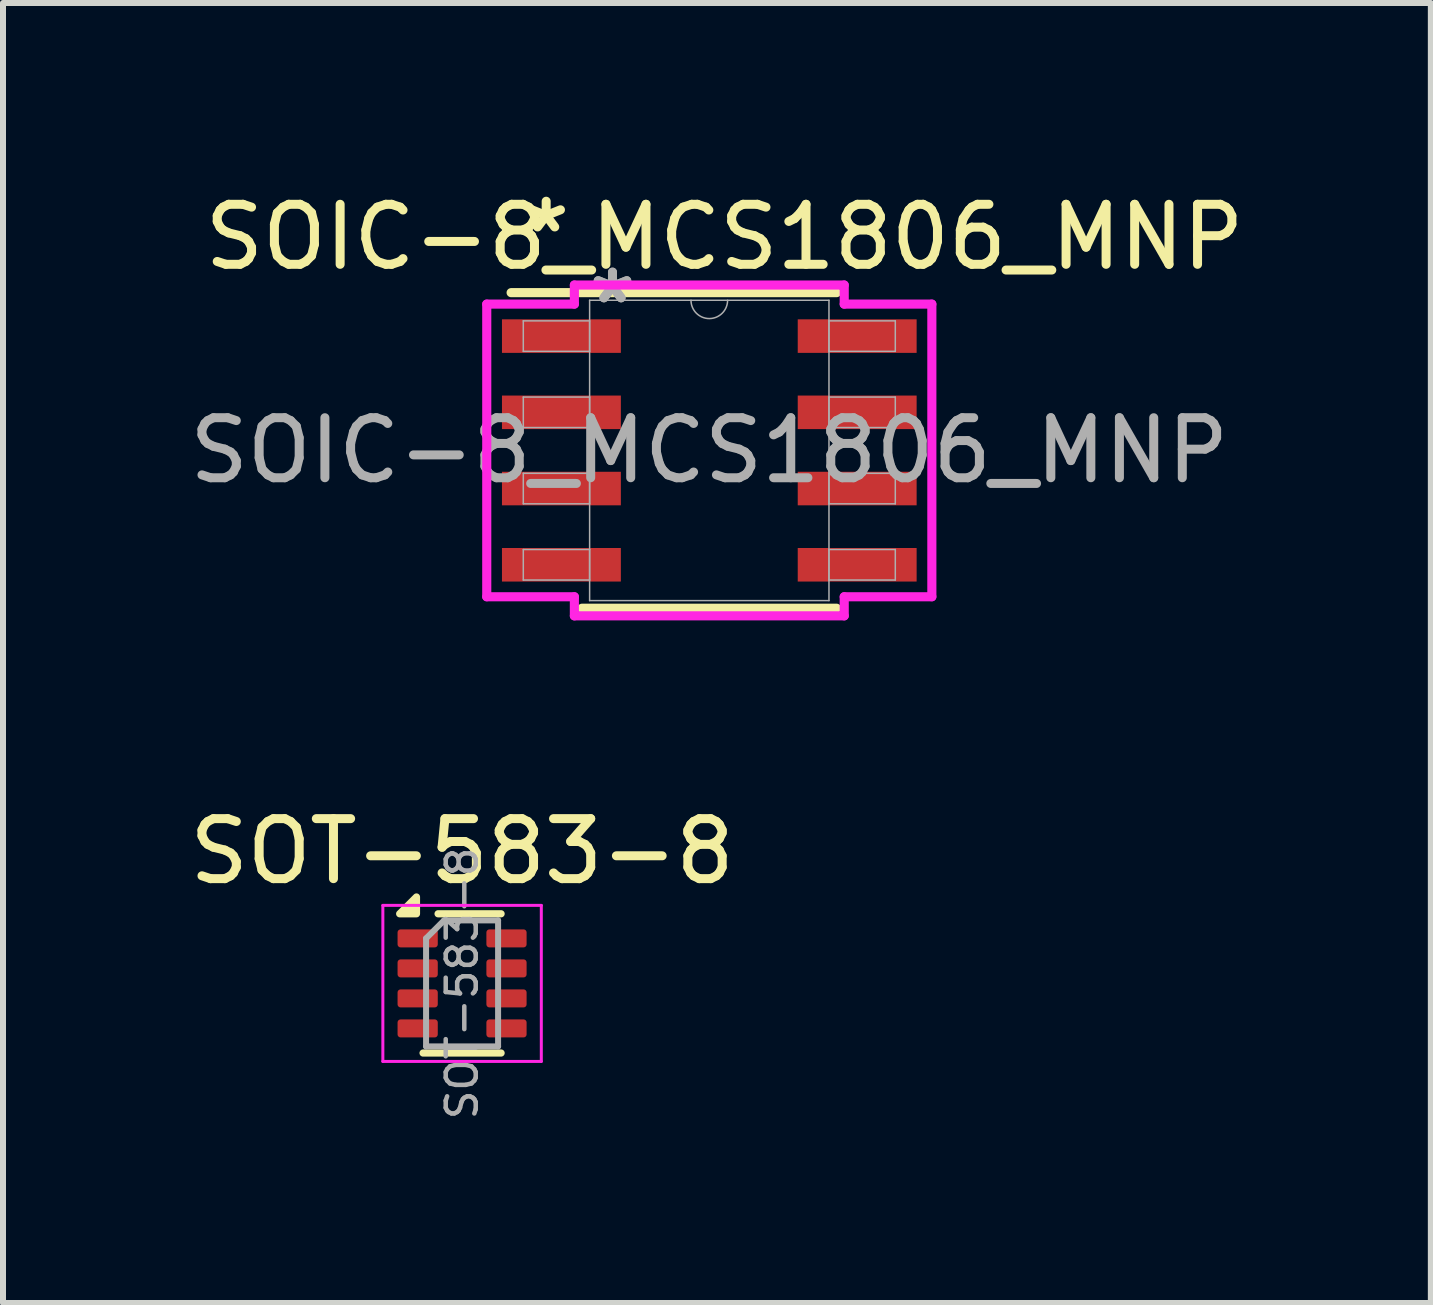
<source format=kicad_pcb>
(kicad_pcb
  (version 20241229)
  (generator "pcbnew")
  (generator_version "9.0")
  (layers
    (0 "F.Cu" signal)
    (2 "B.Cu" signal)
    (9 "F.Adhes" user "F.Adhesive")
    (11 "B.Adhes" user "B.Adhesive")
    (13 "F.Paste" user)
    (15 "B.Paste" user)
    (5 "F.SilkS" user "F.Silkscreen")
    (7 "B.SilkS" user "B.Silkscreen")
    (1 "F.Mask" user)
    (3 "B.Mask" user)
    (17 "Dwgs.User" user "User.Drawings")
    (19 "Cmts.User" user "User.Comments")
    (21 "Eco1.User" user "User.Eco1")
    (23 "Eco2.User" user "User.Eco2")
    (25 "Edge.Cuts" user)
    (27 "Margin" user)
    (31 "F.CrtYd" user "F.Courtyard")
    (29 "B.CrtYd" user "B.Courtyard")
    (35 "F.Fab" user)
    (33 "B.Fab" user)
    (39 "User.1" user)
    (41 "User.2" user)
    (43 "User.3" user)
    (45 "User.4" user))
  (footprint "SOT-583-8"
    (layer "F.Cu")
    (at 4.649 13.335)
    (property "Reference" "SOT-583-8" (at 0 -2.2 0) (unlocked yes) (layer "F.SilkS") (effects (font (size 1 1) (thickness 0.15))))
    (attr smd)
    (fp_line (start 0.65 -1.16) (end -0.4 -1.16) (stroke (width 0.12) (type default)) (layer "F.SilkS"))
    (fp_line (start 0.65 1.16) (end -0.65 1.16) (stroke (width 0.12) (type default)) (layer "F.SilkS"))
    (fp_poly (pts (xy -0.76 -1.16) (xy -1.04 -1.16) (xy -0.76 -1.44) (xy -0.76 -1.16)) (stroke (width 0.12) (type solid)) (fill yes) (layer "F.SilkS"))
    (fp_line (start -1.32 -1.3) (end 1.32 -1.3) (stroke (width 0.05) (type default)) (layer "F.CrtYd"))
    (fp_line (start -1.32 1.3) (end -1.32 -1.3) (stroke (width 0.05) (type default)) (layer "F.CrtYd"))
    (fp_line (start 1.32 -1.3) (end 1.32 1.3) (stroke (width 0.05) (type default)) (layer "F.CrtYd"))
    (fp_line (start 1.32 1.3) (end -1.32 1.3) (stroke (width 0.05) (type default)) (layer "F.CrtYd"))
    (fp_line (start -0.6 -0.75) (end -0.6 1.05) (stroke (width 0.1) (type default)) (layer "F.Fab"))
    (fp_line (start -0.6 1.05) (end 0.6 1.05) (stroke (width 0.1) (type default)) (layer "F.Fab"))
    (fp_line (start -0.3 -1.05) (end -0.6 -0.75) (stroke (width 0.1) (type default)) (layer "F.Fab"))
    (fp_line (start 0.6 -1.05) (end -0.3 -1.05) (stroke (width 0.1) (type default)) (layer "F.Fab"))
    (fp_line (start 0.6 -1.05) (end 0.6 1.05) (stroke (width 0.1) (type default)) (layer "F.Fab"))
    (fp_text user "${REFERENCE}" (at 0 0 90) (unlocked yes) (layer "F.Fab") (effects (font (size 0.5 0.5) (thickness 0.075))))
    (pad "1" smd roundrect (at -0.74 -0.75) (size 0.67 0.3) (layers "F.Cu" "F.Mask" "F.Paste") (roundrect_rratio 0.167))
    (pad "2" smd roundrect (at -0.74 -0.25) (size 0.67 0.3) (layers "F.Cu" "F.Mask" "F.Paste") (roundrect_rratio 0.167))
    (pad "3" smd roundrect (at -0.74 0.25) (size 0.67 0.3) (layers "F.Cu" "F.Mask" "F.Paste") (roundrect_rratio 0.167))
    (pad "4" smd roundrect (at -0.74 0.75) (size 0.67 0.3) (layers "F.Cu" "F.Mask" "F.Paste") (roundrect_rratio 0.167))
    (pad "5" smd roundrect (at 0.74 0.75) (size 0.67 0.3) (layers "F.Cu" "F.Mask" "F.Paste") (roundrect_rratio 0.167))
    (pad "6" smd roundrect (at 0.74 0.25) (size 0.67 0.3) (layers "F.Cu" "F.Mask" "F.Paste") (roundrect_rratio 0.167))
    (pad "7" smd roundrect (at 0.74 -0.25) (size 0.67 0.3) (layers "F.Cu" "F.Mask" "F.Paste") (roundrect_rratio 0.167))
    (pad "8" smd roundrect (at 0.74 -0.75) (size 0.67 0.3) (layers "F.Cu" "F.Mask" "F.Paste") (roundrect_rratio 0.167)))
  (footprint "SOIC-8_MCS1806_MNP"
    (layer "F.Cu")
    (at 8.768 4.455)
    (property "Reference" "SOIC-8_MCS1806_MNP" (at 0.254 -3.556 0) (unlocked yes) (layer "F.SilkS") (effects (font (size 1 1) (thickness 0.15))))
    (attr smd)
    (fp_line (start -2.121 2.629) (end 2.121 2.629) (stroke (width 0.152) (type solid)) (layer "F.SilkS"))
    (fp_line (start 2.121 -2.629) (end -3.302 -2.629) (stroke (width 0.152) (type solid)) (layer "F.SilkS"))
    (fp_line (start -3.708 -2.438) (end -2.248 -2.438) (stroke (width 0.152) (type solid)) (layer "F.CrtYd"))
    (fp_line (start -3.708 2.438) (end -3.708 -2.438) (stroke (width 0.152) (type solid)) (layer "F.CrtYd"))
    (fp_line (start -3.708 2.438) (end -2.248 2.438) (stroke (width 0.152) (type solid)) (layer "F.CrtYd"))
    (fp_line (start -2.248 -2.756) (end 2.248 -2.756) (stroke (width 0.152) (type solid)) (layer "F.CrtYd"))
    (fp_line (start -2.248 -2.438) (end -2.248 -2.756) (stroke (width 0.152) (type solid)) (layer "F.CrtYd"))
    (fp_line (start -2.248 2.756) (end -2.248 2.438) (stroke (width 0.152) (type solid)) (layer "F.CrtYd"))
    (fp_line (start 2.248 -2.756) (end 2.248 -2.438) (stroke (width 0.152) (type solid)) (layer "F.CrtYd"))
    (fp_line (start 2.248 2.438) (end 2.248 2.756) (stroke (width 0.152) (type solid)) (layer "F.CrtYd"))
    (fp_line (start 2.248 2.756) (end -2.248 2.756) (stroke (width 0.152) (type solid)) (layer "F.CrtYd"))
    (fp_line (start 3.708 -2.438) (end 2.248 -2.438) (stroke (width 0.152) (type solid)) (layer "F.CrtYd"))
    (fp_line (start 3.708 -2.438) (end 3.708 2.438) (stroke (width 0.152) (type solid)) (layer "F.CrtYd"))
    (fp_line (start 3.708 2.438) (end 2.248 2.438) (stroke (width 0.152) (type solid)) (layer "F.CrtYd"))
    (fp_line (start -3.099 -2.159) (end -3.099 -1.651) (stroke (width 0.025) (type solid)) (layer "F.Fab"))
    (fp_line (start -3.099 -1.651) (end -1.994 -1.651) (stroke (width 0.025) (type solid)) (layer "F.Fab"))
    (fp_line (start -3.099 -0.889) (end -3.099 -0.381) (stroke (width 0.025) (type solid)) (layer "F.Fab"))
    (fp_line (start -3.099 -0.381) (end -1.994 -0.381) (stroke (width 0.025) (type solid)) (layer "F.Fab"))
    (fp_line (start -3.099 0.381) (end -3.099 0.889) (stroke (width 0.025) (type solid)) (layer "F.Fab"))
    (fp_line (start -3.099 0.889) (end -1.994 0.889) (stroke (width 0.025) (type solid)) (layer "F.Fab"))
    (fp_line (start -3.099 1.651) (end -3.099 2.159) (stroke (width 0.025) (type solid)) (layer "F.Fab"))
    (fp_line (start -3.099 2.159) (end -1.994 2.159) (stroke (width 0.025) (type solid)) (layer "F.Fab"))
    (fp_line (start -1.994 -2.502) (end -1.994 2.502) (stroke (width 0.025) (type solid)) (layer "F.Fab"))
    (fp_line (start -1.994 -2.159) (end -3.099 -2.159) (stroke (width 0.025) (type solid)) (layer "F.Fab"))
    (fp_line (start -1.994 -1.651) (end -1.994 -2.159) (stroke (width 0.025) (type solid)) (layer "F.Fab"))
    (fp_line (start -1.994 -0.889) (end -3.099 -0.889) (stroke (width 0.025) (type solid)) (layer "F.Fab"))
    (fp_line (start -1.994 -0.381) (end -1.994 -0.889) (stroke (width 0.025) (type solid)) (layer "F.Fab"))
    (fp_line (start -1.994 0.381) (end -3.099 0.381) (stroke (width 0.025) (type solid)) (layer "F.Fab"))
    (fp_line (start -1.994 0.889) (end -1.994 0.381) (stroke (width 0.025) (type solid)) (layer "F.Fab"))
    (fp_line (start -1.994 1.651) (end -3.099 1.651) (stroke (width 0.025) (type solid)) (layer "F.Fab"))
    (fp_line (start -1.994 2.159) (end -1.994 1.651) (stroke (width 0.025) (type solid)) (layer "F.Fab"))
    (fp_line (start -1.994 2.502) (end 1.994 2.502) (stroke (width 0.025) (type solid)) (layer "F.Fab"))
    (fp_line (start 1.994 -2.502) (end -1.994 -2.502) (stroke (width 0.025) (type solid)) (layer "F.Fab"))
    (fp_line (start 1.994 -2.159) (end 1.994 -1.651) (stroke (width 0.025) (type solid)) (layer "F.Fab"))
    (fp_line (start 1.994 -1.651) (end 3.099 -1.651) (stroke (width 0.025) (type solid)) (layer "F.Fab"))
    (fp_line (start 1.994 -0.889) (end 1.994 -0.381) (stroke (width 0.025) (type solid)) (layer "F.Fab"))
    (fp_line (start 1.994 -0.381) (end 3.099 -0.381) (stroke (width 0.025) (type solid)) (layer "F.Fab"))
    (fp_line (start 1.994 0.381) (end 1.994 0.889) (stroke (width 0.025) (type solid)) (layer "F.Fab"))
    (fp_line (start 1.994 0.889) (end 3.099 0.889) (stroke (width 0.025) (type solid)) (layer "F.Fab"))
    (fp_line (start 1.994 1.651) (end 1.994 2.159) (stroke (width 0.025) (type solid)) (layer "F.Fab"))
    (fp_line (start 1.994 2.159) (end 3.099 2.159) (stroke (width 0.025) (type solid)) (layer "F.Fab"))
    (fp_line (start 1.994 2.502) (end 1.994 -2.502) (stroke (width 0.025) (type solid)) (layer "F.Fab"))
    (fp_line (start 3.099 -2.159) (end 1.994 -2.159) (stroke (width 0.025) (type solid)) (layer "F.Fab"))
    (fp_line (start 3.099 -1.651) (end 3.099 -2.159) (stroke (width 0.025) (type solid)) (layer "F.Fab"))
    (fp_line (start 3.099 -0.889) (end 1.994 -0.889) (stroke (width 0.025) (type solid)) (layer "F.Fab"))
    (fp_line (start 3.099 -0.381) (end 3.099 -0.889) (stroke (width 0.025) (type solid)) (layer "F.Fab"))
    (fp_line (start 3.099 0.381) (end 1.994 0.381) (stroke (width 0.025) (type solid)) (layer "F.Fab"))
    (fp_line (start 3.099 0.889) (end 3.099 0.381) (stroke (width 0.025) (type solid)) (layer "F.Fab"))
    (fp_line (start 3.099 1.651) (end 1.994 1.651) (stroke (width 0.025) (type solid)) (layer "F.Fab"))
    (fp_line (start 3.099 2.159) (end 3.099 1.651) (stroke (width 0.025) (type solid)) (layer "F.Fab"))
    (fp_arc (start 0.3048 -2.5019) (mid 0 -2.1971) (end -0.3048 -2.5019) (stroke (width 0.0254) (type solid)) (layer "F.Fab"))
    (fp_text user "*" (at -2.718 -3.607 0) (layer "F.SilkS") (effects (font (size 1 1) (thickness 0.15))))
    (fp_text user "${REFERENCE}" (at 0 0 0) (unlocked yes) (layer "F.Fab") (effects (font (size 1 1) (thickness 0.15))))
    (fp_text user "*" (at -1.613 -2.426 0) (layer "F.Fab") (effects (font (size 1 1) (thickness 0.15))))
    (fp_text user "*" (at -1.613 -2.426 0) (unlocked yes) (layer "F.Fab") (effects (font (size 1 1) (thickness 0.15))))
    (pad "1" smd rect (at -2.464 -1.905) (size 1.981 0.559) (layers "F.Cu" "F.Mask" "F.Paste"))
    (pad "2" smd rect (at -2.464 -0.635) (size 1.981 0.559) (layers "F.Cu" "F.Mask" "F.Paste"))
    (pad "3" smd rect (at -2.464 0.635) (size 1.981 0.559) (layers "F.Cu" "F.Mask" "F.Paste"))
    (pad "4" smd rect (at -2.464 1.905) (size 1.981 0.559) (layers "F.Cu" "F.Mask" "F.Paste"))
    (pad "5" smd rect (at 2.464 1.905) (size 1.981 0.559) (layers "F.Cu" "F.Mask" "F.Paste"))
    (pad "6" smd rect (at 2.464 0.635) (size 1.981 0.559) (layers "F.Cu" "F.Mask" "F.Paste"))
    (pad "7" smd rect (at 2.464 -0.635) (size 1.981 0.559) (layers "F.Cu" "F.Mask" "F.Paste"))
    (pad "8" smd rect (at 2.464 -1.905) (size 1.981 0.559) (layers "F.Cu" "F.Mask" "F.Paste")))
  (gr_rect
    (start -3 -3)
    (end 20.79 18.66)
    (stroke (width 0.1) (type default))
    (fill no)
    (layer "Edge.Cuts")))
</source>
